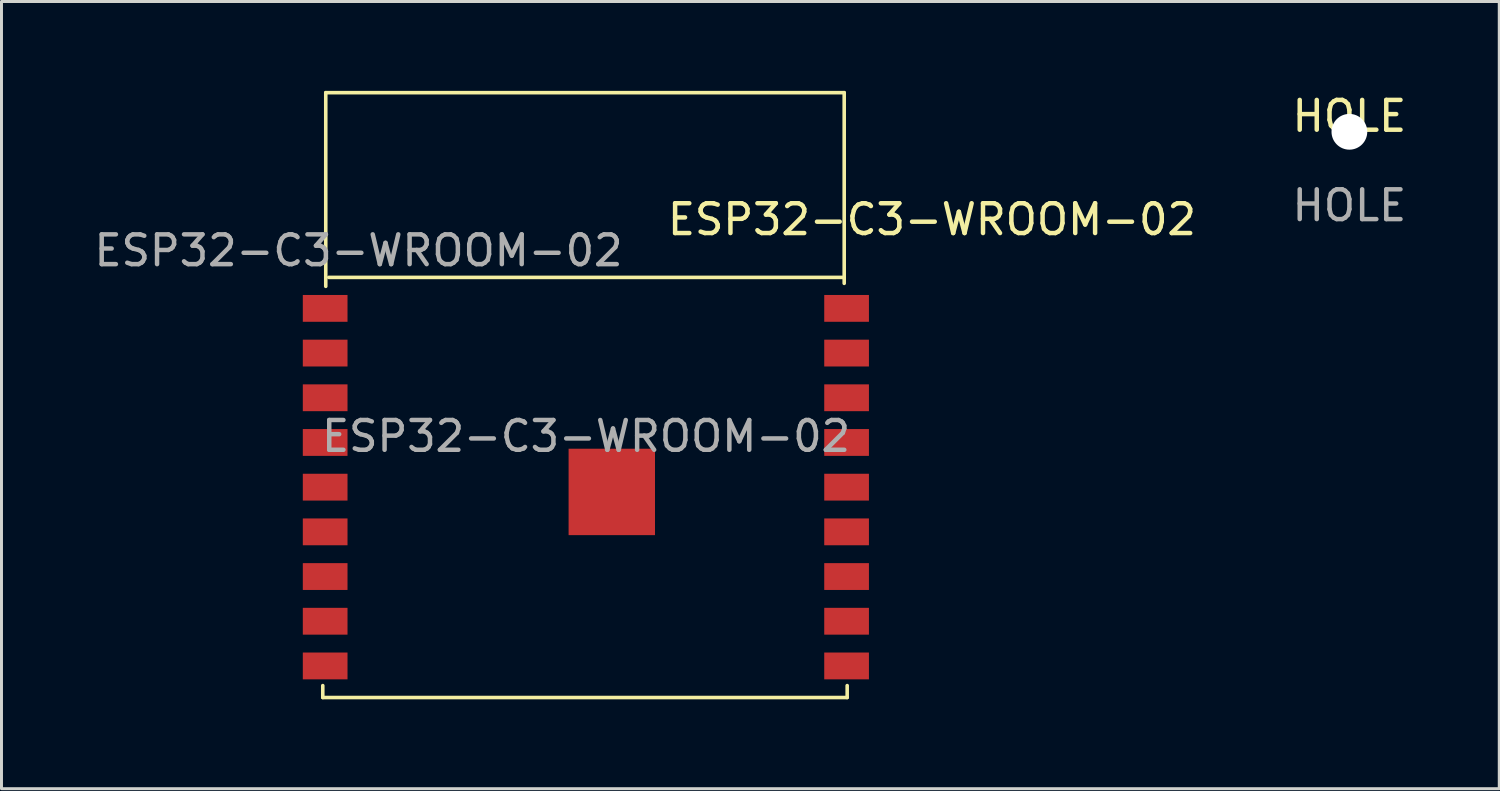
<source format=kicad_pcb>
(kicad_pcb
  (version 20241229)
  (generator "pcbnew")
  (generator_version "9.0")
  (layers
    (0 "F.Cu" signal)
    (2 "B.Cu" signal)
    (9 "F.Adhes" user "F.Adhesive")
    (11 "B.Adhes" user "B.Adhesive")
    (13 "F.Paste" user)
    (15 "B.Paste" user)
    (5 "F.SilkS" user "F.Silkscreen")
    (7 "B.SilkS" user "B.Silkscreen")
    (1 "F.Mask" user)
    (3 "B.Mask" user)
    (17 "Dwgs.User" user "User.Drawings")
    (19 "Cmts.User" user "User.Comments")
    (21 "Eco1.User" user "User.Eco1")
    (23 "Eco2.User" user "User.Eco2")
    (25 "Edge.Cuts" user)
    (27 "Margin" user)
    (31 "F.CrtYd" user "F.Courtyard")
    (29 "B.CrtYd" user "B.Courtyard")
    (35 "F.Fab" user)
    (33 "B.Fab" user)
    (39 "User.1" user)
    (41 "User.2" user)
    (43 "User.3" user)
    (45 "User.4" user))
  (footprint "ESP32-C3-WROOM-02"
    (layer "F.Cu")
    (at 16.619 9.091)
    (property "Reference" "ESP32-C3-WROOM-02" (at 11.608 -4.775 0) (unlocked yes) (layer "F.SilkS") (effects (font (size 1 1) (thickness 0.15))))
    (attr smd)
    (fp_line (start -8.836 11.269) (end -8.836 10.869) (stroke (width 0.12) (type solid)) (layer "F.SilkS"))
    (fp_line (start -8.836 11.269) (end 8.764 11.269) (stroke (width 0.12) (type solid)) (layer "F.SilkS"))
    (fp_line (start -8.736 -9.031) (end 8.664 -9.031) (stroke (width 0.12) (type solid)) (layer "F.SilkS"))
    (fp_line (start -8.736 -2.531) (end -8.736 -9.031) (stroke (width 0.12) (type solid)) (layer "F.SilkS"))
    (fp_line (start -8.636 -2.831) (end 8.664 -2.831) (stroke (width 0.12) (type solid)) (layer "F.SilkS"))
    (fp_line (start 8.664 -9.031) (end 8.664 -2.631) (stroke (width 0.12) (type solid)) (layer "F.SilkS"))
    (fp_line (start 8.764 11.269) (end 8.764 10.869) (stroke (width 0.12) (type solid)) (layer "F.SilkS"))
    (fp_text user "${REFERENCE}" (at -7.636 -3.731 0) (unlocked yes) (layer "F.Fab") (effects (font (size 1 1) (thickness 0.15))))
    (fp_text user "${REFERENCE}" (at 0 2.5 0) (unlocked yes) (layer "F.Fab") (effects (font (size 1 1) (thickness 0.15))))
    (pad "1" smd rect (at -8.756 -1.791) (size 1.5 0.9) (layers "F.Cu" "F.Mask" "F.Paste"))
    (pad "2" smd rect (at -8.756 -0.291) (size 1.5 0.9) (layers "F.Cu" "F.Mask" "F.Paste"))
    (pad "3" smd rect (at -8.756 1.209) (size 1.5 0.9) (layers "F.Cu" "F.Mask" "F.Paste"))
    (pad "4" smd rect (at -8.756 2.709) (size 1.5 0.9) (layers "F.Cu" "F.Mask" "F.Paste"))
    (pad "5" smd rect (at -8.756 4.209) (size 1.5 0.9) (layers "F.Cu" "F.Mask" "F.Paste"))
    (pad "6" smd rect (at -8.756 5.709) (size 1.5 0.9) (layers "F.Cu" "F.Mask" "F.Paste"))
    (pad "7" smd rect (at -8.756 7.209) (size 1.5 0.9) (layers "F.Cu" "F.Mask" "F.Paste"))
    (pad "8" smd rect (at -8.756 8.709) (size 1.5 0.9) (layers "F.Cu" "F.Mask" "F.Paste"))
    (pad "9" smd rect (at -8.756 10.209) (size 1.5 0.9) (layers "F.Cu" "F.Mask" "F.Paste"))
    (pad "10" smd rect (at 8.744 10.209) (size 1.5 0.9) (layers "F.Cu" "F.Mask" "F.Paste"))
    (pad "11" smd rect (at 8.744 8.709) (size 1.5 0.9) (layers "F.Cu" "F.Mask" "F.Paste"))
    (pad "12" smd rect (at 8.744 7.209) (size 1.5 0.9) (layers "F.Cu" "F.Mask" "F.Paste"))
    (pad "13" smd rect (at 8.744 5.709) (size 1.5 0.9) (layers "F.Cu" "F.Mask" "F.Paste"))
    (pad "14" smd rect (at 8.744 4.209) (size 1.5 0.9) (layers "F.Cu" "F.Mask" "F.Paste"))
    (pad "15" smd rect (at 8.744 2.709) (size 1.5 0.9) (layers "F.Cu" "F.Mask" "F.Paste"))
    (pad "16" smd rect (at 8.744 1.209) (size 1.5 0.9) (layers "F.Cu" "F.Mask" "F.Paste"))
    (pad "17" smd rect (at 8.744 -0.291) (size 1.5 0.9) (layers "F.Cu" "F.Mask" "F.Paste"))
    (pad "18" smd rect (at 8.744 -1.791) (size 1.5 0.9) (layers "F.Cu" "F.Mask" "F.Paste"))
    (pad "19" smd custom (at 0.864 4.369) (size 2.9 2.9) (layers "F.Cu" "F.Mask" "F.Paste") (options (anchor rect)) (primitives)))
  (footprint "HOLE"
    (layer "F.Cu")
    (at 42.238 1.348)
    (property "Reference" "HOLE" (at 0 -0.5 0) (unlocked yes) (layer "F.SilkS") (effects (font (size 1 1) (thickness 0.15))))
    (attr through_hole)
    (fp_text user "${REFERENCE}" (at 0 2.5 0) (unlocked yes) (layer "F.Fab") (effects (font (size 1 1) (thickness 0.15))))
    (pad "" np_thru_hole circle (at 0 0.025) (size 1.2 1.2) (drill 1.2) (layers "*.Cu" "*.Mask")))
  (gr_rect
    (start -3 -3)
    (end 47.268 23.42)
    (stroke (width 0.1) (type default))
    (fill no)
    (layer "Edge.Cuts")))
</source>
